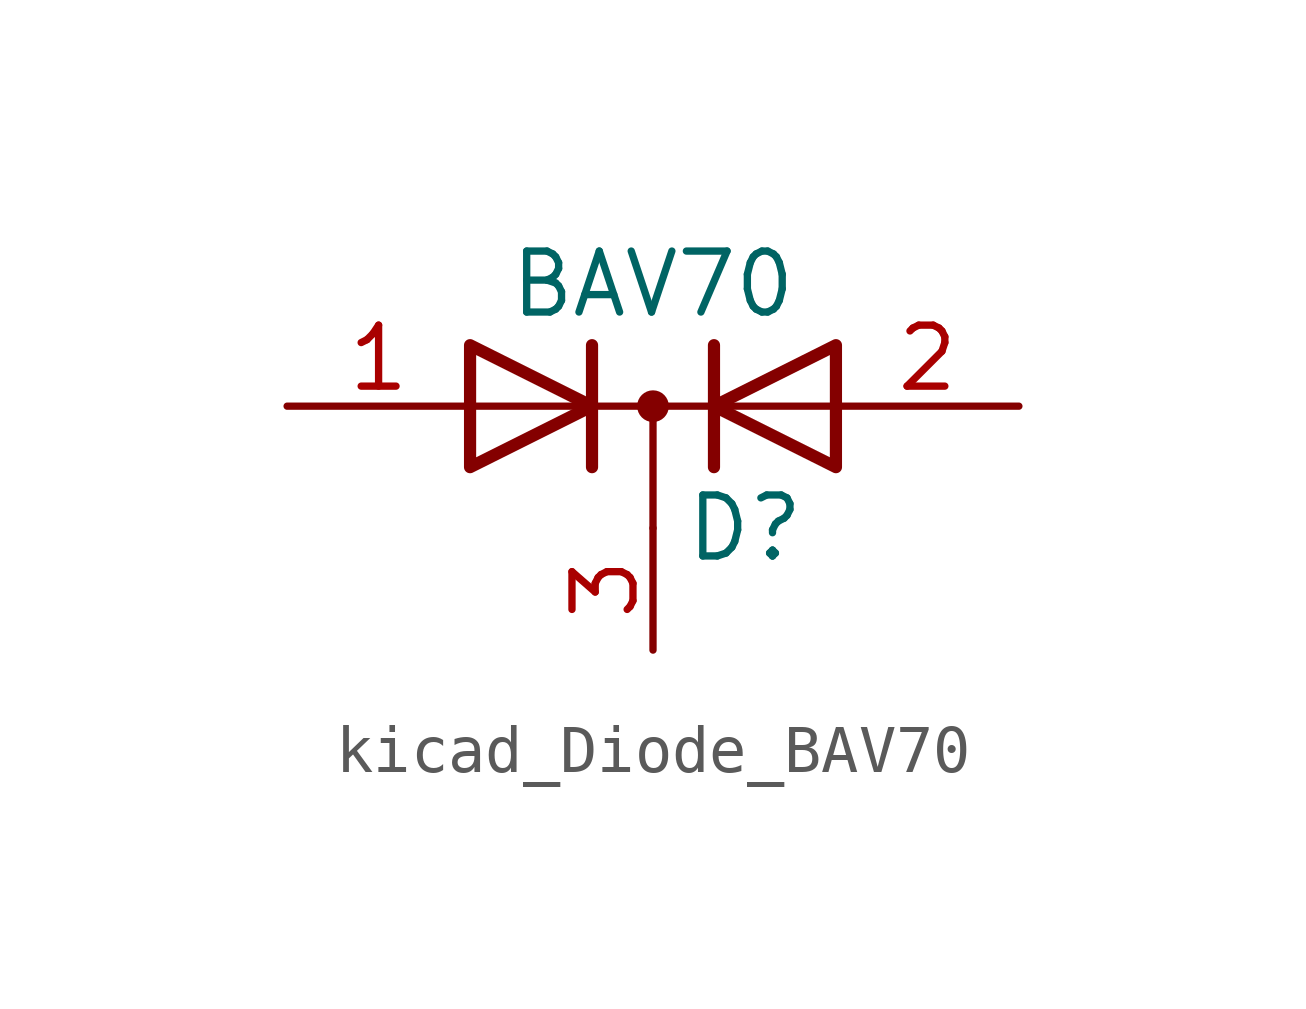
<source format=kicad_sym>
(kicad_symbol_lib
  (version 20220914)
  (generator kicad_symbol_editor)
  (symbol "kicad_Diode_BAV70"
    (pin_names hide)
    (property "Reference" "D"
      (at 0.635 -2.54 0)
      (effects (font (size 1.27 1.27)) (justify left)))
    (property "Value" "BAV70"
      (at 0 2.54 0)
      (effects (font (size 1.27 1.27))))
    (symbol "kicad_Diode_BAV70_0_1"
      (polyline (pts (xy -3.81 0) (xy 3.81 0)) (stroke (width 0) (type default)) (fill (type none)))
      (polyline (pts (xy 0 0) (xy 0 -2.54)) (stroke (width 0) (type default)) (fill (type none)))
      (polyline (pts (xy -1.27 -1.27) (xy -1.27 1.27) (xy -1.27 1.27)) (stroke (width 0.254) (type default)) (fill (type none)))
      (polyline (pts (xy 1.27 -1.27) (xy 1.27 1.27) (xy 1.27 1.27)) (stroke (width 0.254) (type default)) (fill (type none)))
      (polyline (pts (xy -3.81 1.27) (xy -1.27 0) (xy -3.81 -1.27) (xy -3.81 1.27) (xy -3.81 1.27) (xy -3.81 1.27)) (stroke (width 0.254) (type default)) (fill (type none)))
      (polyline (pts (xy 3.81 -1.27) (xy 1.27 0) (xy 3.81 1.27) (xy 3.81 -1.27) (xy 3.81 -1.27) (xy 3.81 -1.27)) (stroke (width 0.254) (type default)) (fill (type none)))
      (circle (center 0 0) (radius 0.254) (stroke (width 0) (type default)) (fill (type outline)))
      (pin passive line (at -7.62 0 0) (length 3.81) (name "A" (effects (font (size 1.27 1.27)))) (number "1" (effects (font (size 1.27 1.27)))))
      (pin passive line (at 7.62 0 180) (length 3.81) (name "A" (effects (font (size 1.27 1.27)))) (number "2" (effects (font (size 1.27 1.27)))))
      (pin passive line (at 0 -5.08 90) (length 2.54) (name "K" (effects (font (size 1.27 1.27)))) (number "3" (effects (font (size 1.27 1.27))))))))
</source>
